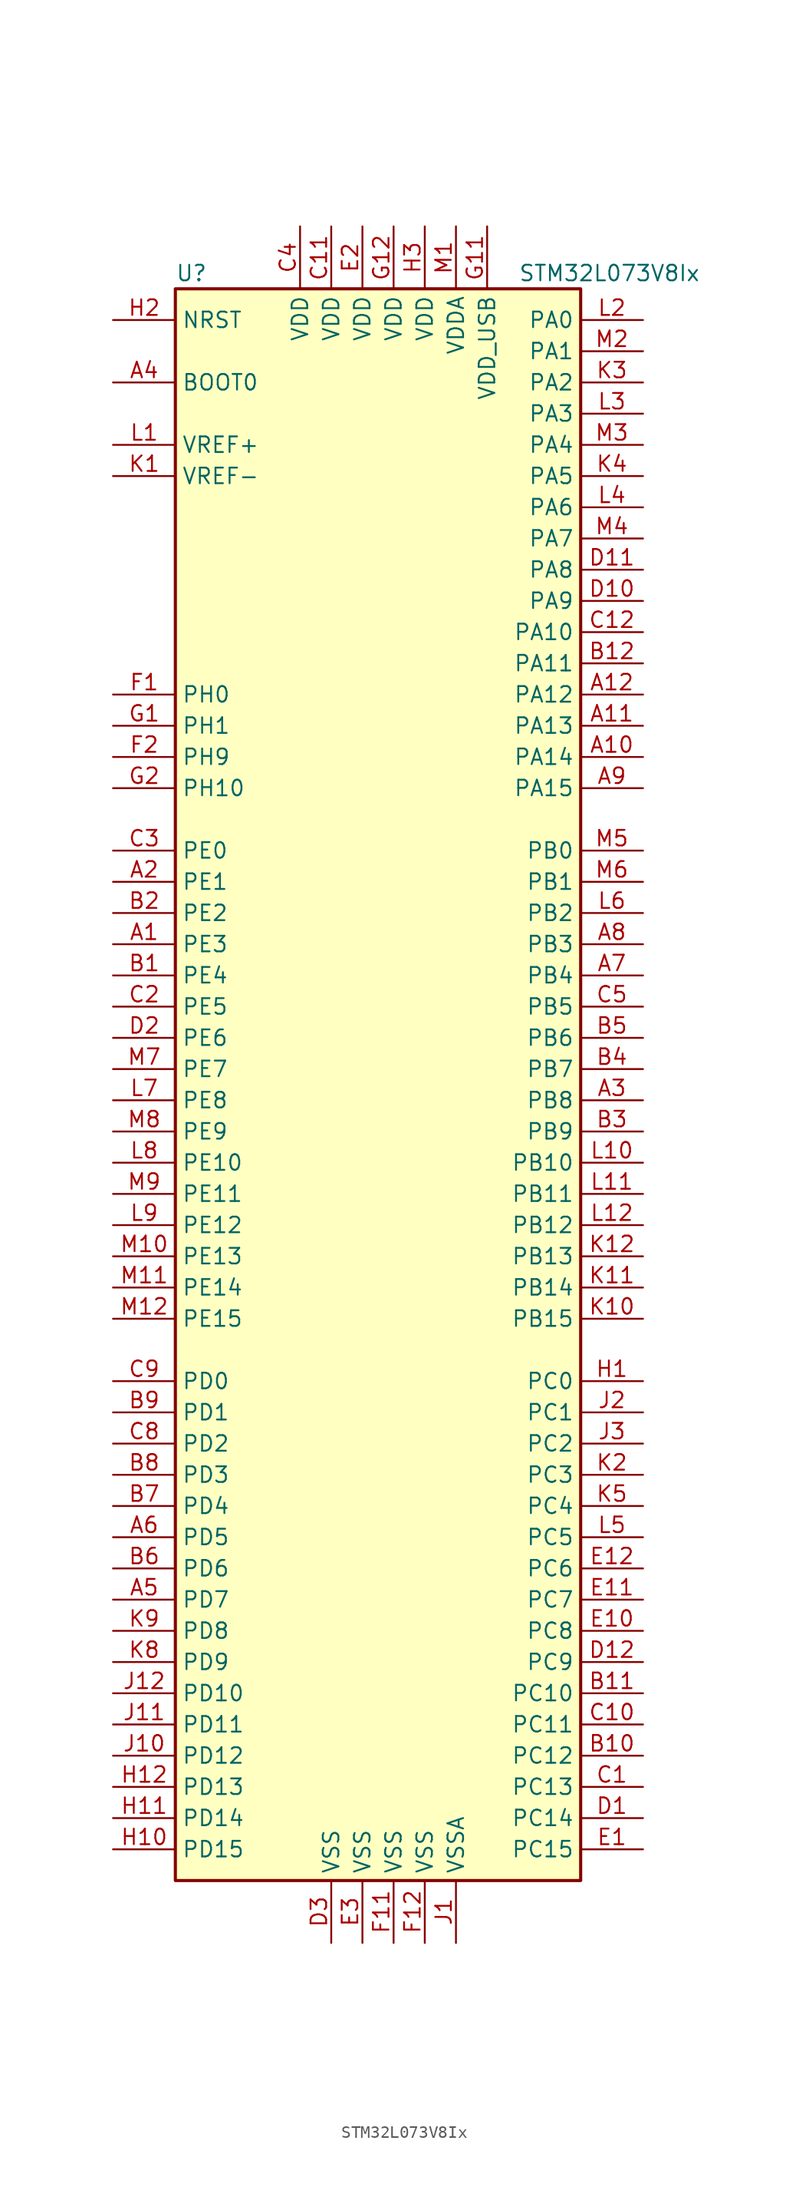
<source format=kicad_sym>
(kicad_symbol_lib
  (version 20201005)
  (generator kicad_symbol_editor)
  (symbol "MCU_ST_STM32L0:STM32L073V8Ix"
    (property "Reference" "U"
      (at -17.78 64.77 0)
      (effects (font (size 1.27 1.27)) (justify left)))
    (property "Value" "STM32L073V8Ix"
      (at 10.16 64.77 0)
      (effects (font (size 1.27 1.27)) (justify left)))
    (symbol "STM32L073V8Ix_0_1"
      (rectangle (start -17.78 -66.04) (end 15.24 63.5) (stroke (width 0.254)) (fill (type background))))
    (symbol "STM32L073V8Ix_1_1"
      (pin input line (at -22.86 55.88 0) (length 5.08) (name "BOOT0" (effects (font (size 1.27 1.27)))) (number "A4" (effects (font (size 1.27 1.27)))))
      (pin input line (at -22.86 60.96 0) (length 5.08) (name "NRST" (effects (font (size 1.27 1.27)))) (number "H2" (effects (font (size 1.27 1.27)))))
      (pin bidirectional line (at 20.32 60.96 180) (length 5.08) (name "PA0" (effects (font (size 1.27 1.27)))) (number "L2" (effects (font (size 1.27 1.27)))))
      (pin bidirectional line (at 20.32 58.42 180) (length 5.08) (name "PA1" (effects (font (size 1.27 1.27)))) (number "M2" (effects (font (size 1.27 1.27)))))
      (pin bidirectional line (at 20.32 35.56 180) (length 5.08) (name "PA10" (effects (font (size 1.27 1.27)))) (number "C12" (effects (font (size 1.27 1.27)))))
      (pin bidirectional line (at 20.32 33.02 180) (length 5.08) (name "PA11" (effects (font (size 1.27 1.27)))) (number "B12" (effects (font (size 1.27 1.27)))))
      (pin bidirectional line (at 20.32 30.48 180) (length 5.08) (name "PA12" (effects (font (size 1.27 1.27)))) (number "A12" (effects (font (size 1.27 1.27)))))
      (pin bidirectional line (at 20.32 27.94 180) (length 5.08) (name "PA13" (effects (font (size 1.27 1.27)))) (number "A11" (effects (font (size 1.27 1.27)))))
      (pin bidirectional line (at 20.32 25.4 180) (length 5.08) (name "PA14" (effects (font (size 1.27 1.27)))) (number "A10" (effects (font (size 1.27 1.27)))))
      (pin bidirectional line (at 20.32 22.86 180) (length 5.08) (name "PA15" (effects (font (size 1.27 1.27)))) (number "A9" (effects (font (size 1.27 1.27)))))
      (pin bidirectional line (at 20.32 55.88 180) (length 5.08) (name "PA2" (effects (font (size 1.27 1.27)))) (number "K3" (effects (font (size 1.27 1.27)))))
      (pin bidirectional line (at 20.32 53.34 180) (length 5.08) (name "PA3" (effects (font (size 1.27 1.27)))) (number "L3" (effects (font (size 1.27 1.27)))))
      (pin bidirectional line (at 20.32 50.8 180) (length 5.08) (name "PA4" (effects (font (size 1.27 1.27)))) (number "M3" (effects (font (size 1.27 1.27)))))
      (pin bidirectional line (at 20.32 48.26 180) (length 5.08) (name "PA5" (effects (font (size 1.27 1.27)))) (number "K4" (effects (font (size 1.27 1.27)))))
      (pin bidirectional line (at 20.32 45.72 180) (length 5.08) (name "PA6" (effects (font (size 1.27 1.27)))) (number "L4" (effects (font (size 1.27 1.27)))))
      (pin bidirectional line (at 20.32 43.18 180) (length 5.08) (name "PA7" (effects (font (size 1.27 1.27)))) (number "M4" (effects (font (size 1.27 1.27)))))
      (pin bidirectional line (at 20.32 40.64 180) (length 5.08) (name "PA8" (effects (font (size 1.27 1.27)))) (number "D11" (effects (font (size 1.27 1.27)))))
      (pin bidirectional line (at 20.32 38.1 180) (length 5.08) (name "PA9" (effects (font (size 1.27 1.27)))) (number "D10" (effects (font (size 1.27 1.27)))))
      (pin bidirectional line (at 20.32 17.78 180) (length 5.08) (name "PB0" (effects (font (size 1.27 1.27)))) (number "M5" (effects (font (size 1.27 1.27)))))
      (pin bidirectional line (at 20.32 15.24 180) (length 5.08) (name "PB1" (effects (font (size 1.27 1.27)))) (number "M6" (effects (font (size 1.27 1.27)))))
      (pin bidirectional line (at 20.32 -7.62 180) (length 5.08) (name "PB10" (effects (font (size 1.27 1.27)))) (number "L10" (effects (font (size 1.27 1.27)))))
      (pin bidirectional line (at 20.32 -10.16 180) (length 5.08) (name "PB11" (effects (font (size 1.27 1.27)))) (number "L11" (effects (font (size 1.27 1.27)))))
      (pin bidirectional line (at 20.32 -12.7 180) (length 5.08) (name "PB12" (effects (font (size 1.27 1.27)))) (number "L12" (effects (font (size 1.27 1.27)))))
      (pin bidirectional line (at 20.32 -15.24 180) (length 5.08) (name "PB13" (effects (font (size 1.27 1.27)))) (number "K12" (effects (font (size 1.27 1.27)))))
      (pin bidirectional line (at 20.32 -17.78 180) (length 5.08) (name "PB14" (effects (font (size 1.27 1.27)))) (number "K11" (effects (font (size 1.27 1.27)))))
      (pin bidirectional line (at 20.32 -20.32 180) (length 5.08) (name "PB15" (effects (font (size 1.27 1.27)))) (number "K10" (effects (font (size 1.27 1.27)))))
      (pin bidirectional line (at 20.32 12.7 180) (length 5.08) (name "PB2" (effects (font (size 1.27 1.27)))) (number "L6" (effects (font (size 1.27 1.27)))))
      (pin bidirectional line (at 20.32 10.16 180) (length 5.08) (name "PB3" (effects (font (size 1.27 1.27)))) (number "A8" (effects (font (size 1.27 1.27)))))
      (pin bidirectional line (at 20.32 7.62 180) (length 5.08) (name "PB4" (effects (font (size 1.27 1.27)))) (number "A7" (effects (font (size 1.27 1.27)))))
      (pin bidirectional line (at 20.32 5.08 180) (length 5.08) (name "PB5" (effects (font (size 1.27 1.27)))) (number "C5" (effects (font (size 1.27 1.27)))))
      (pin bidirectional line (at 20.32 2.54 180) (length 5.08) (name "PB6" (effects (font (size 1.27 1.27)))) (number "B5" (effects (font (size 1.27 1.27)))))
      (pin bidirectional line (at 20.32 0 180) (length 5.08) (name "PB7" (effects (font (size 1.27 1.27)))) (number "B4" (effects (font (size 1.27 1.27)))))
      (pin bidirectional line (at 20.32 -2.54 180) (length 5.08) (name "PB8" (effects (font (size 1.27 1.27)))) (number "A3" (effects (font (size 1.27 1.27)))))
      (pin bidirectional line (at 20.32 -5.08 180) (length 5.08) (name "PB9" (effects (font (size 1.27 1.27)))) (number "B3" (effects (font (size 1.27 1.27)))))
      (pin bidirectional line (at 20.32 -25.4 180) (length 5.08) (name "PC0" (effects (font (size 1.27 1.27)))) (number "H1" (effects (font (size 1.27 1.27)))))
      (pin bidirectional line (at 20.32 -27.94 180) (length 5.08) (name "PC1" (effects (font (size 1.27 1.27)))) (number "J2" (effects (font (size 1.27 1.27)))))
      (pin bidirectional line (at 20.32 -50.8 180) (length 5.08) (name "PC10" (effects (font (size 1.27 1.27)))) (number "B11" (effects (font (size 1.27 1.27)))))
      (pin bidirectional line (at 20.32 -53.34 180) (length 5.08) (name "PC11" (effects (font (size 1.27 1.27)))) (number "C10" (effects (font (size 1.27 1.27)))))
      (pin bidirectional line (at 20.32 -55.88 180) (length 5.08) (name "PC12" (effects (font (size 1.27 1.27)))) (number "B10" (effects (font (size 1.27 1.27)))))
      (pin bidirectional line (at 20.32 -58.42 180) (length 5.08) (name "PC13" (effects (font (size 1.27 1.27)))) (number "C1" (effects (font (size 1.27 1.27)))))
      (pin bidirectional line (at 20.32 -60.96 180) (length 5.08) (name "PC14" (effects (font (size 1.27 1.27)))) (number "D1" (effects (font (size 1.27 1.27)))))
      (pin bidirectional line (at 20.32 -63.5 180) (length 5.08) (name "PC15" (effects (font (size 1.27 1.27)))) (number "E1" (effects (font (size 1.27 1.27)))))
      (pin bidirectional line (at 20.32 -30.48 180) (length 5.08) (name "PC2" (effects (font (size 1.27 1.27)))) (number "J3" (effects (font (size 1.27 1.27)))))
      (pin bidirectional line (at 20.32 -33.02 180) (length 5.08) (name "PC3" (effects (font (size 1.27 1.27)))) (number "K2" (effects (font (size 1.27 1.27)))))
      (pin bidirectional line (at 20.32 -35.56 180) (length 5.08) (name "PC4" (effects (font (size 1.27 1.27)))) (number "K5" (effects (font (size 1.27 1.27)))))
      (pin bidirectional line (at 20.32 -38.1 180) (length 5.08) (name "PC5" (effects (font (size 1.27 1.27)))) (number "L5" (effects (font (size 1.27 1.27)))))
      (pin bidirectional line (at 20.32 -40.64 180) (length 5.08) (name "PC6" (effects (font (size 1.27 1.27)))) (number "E12" (effects (font (size 1.27 1.27)))))
      (pin bidirectional line (at 20.32 -43.18 180) (length 5.08) (name "PC7" (effects (font (size 1.27 1.27)))) (number "E11" (effects (font (size 1.27 1.27)))))
      (pin bidirectional line (at 20.32 -45.72 180) (length 5.08) (name "PC8" (effects (font (size 1.27 1.27)))) (number "E10" (effects (font (size 1.27 1.27)))))
      (pin bidirectional line (at 20.32 -48.26 180) (length 5.08) (name "PC9" (effects (font (size 1.27 1.27)))) (number "D12" (effects (font (size 1.27 1.27)))))
      (pin bidirectional line (at -22.86 -25.4 0) (length 5.08) (name "PD0" (effects (font (size 1.27 1.27)))) (number "C9" (effects (font (size 1.27 1.27)))))
      (pin bidirectional line (at -22.86 -27.94 0) (length 5.08) (name "PD1" (effects (font (size 1.27 1.27)))) (number "B9" (effects (font (size 1.27 1.27)))))
      (pin bidirectional line (at -22.86 -50.8 0) (length 5.08) (name "PD10" (effects (font (size 1.27 1.27)))) (number "J12" (effects (font (size 1.27 1.27)))))
      (pin bidirectional line (at -22.86 -53.34 0) (length 5.08) (name "PD11" (effects (font (size 1.27 1.27)))) (number "J11" (effects (font (size 1.27 1.27)))))
      (pin bidirectional line (at -22.86 -55.88 0) (length 5.08) (name "PD12" (effects (font (size 1.27 1.27)))) (number "J10" (effects (font (size 1.27 1.27)))))
      (pin bidirectional line (at -22.86 -58.42 0) (length 5.08) (name "PD13" (effects (font (size 1.27 1.27)))) (number "H12" (effects (font (size 1.27 1.27)))))
      (pin bidirectional line (at -22.86 -60.96 0) (length 5.08) (name "PD14" (effects (font (size 1.27 1.27)))) (number "H11" (effects (font (size 1.27 1.27)))))
      (pin bidirectional line (at -22.86 -63.5 0) (length 5.08) (name "PD15" (effects (font (size 1.27 1.27)))) (number "H10" (effects (font (size 1.27 1.27)))))
      (pin bidirectional line (at -22.86 -30.48 0) (length 5.08) (name "PD2" (effects (font (size 1.27 1.27)))) (number "C8" (effects (font (size 1.27 1.27)))))
      (pin bidirectional line (at -22.86 -33.02 0) (length 5.08) (name "PD3" (effects (font (size 1.27 1.27)))) (number "B8" (effects (font (size 1.27 1.27)))))
      (pin bidirectional line (at -22.86 -35.56 0) (length 5.08) (name "PD4" (effects (font (size 1.27 1.27)))) (number "B7" (effects (font (size 1.27 1.27)))))
      (pin bidirectional line (at -22.86 -38.1 0) (length 5.08) (name "PD5" (effects (font (size 1.27 1.27)))) (number "A6" (effects (font (size 1.27 1.27)))))
      (pin bidirectional line (at -22.86 -40.64 0) (length 5.08) (name "PD6" (effects (font (size 1.27 1.27)))) (number "B6" (effects (font (size 1.27 1.27)))))
      (pin bidirectional line (at -22.86 -43.18 0) (length 5.08) (name "PD7" (effects (font (size 1.27 1.27)))) (number "A5" (effects (font (size 1.27 1.27)))))
      (pin bidirectional line (at -22.86 -45.72 0) (length 5.08) (name "PD8" (effects (font (size 1.27 1.27)))) (number "K9" (effects (font (size 1.27 1.27)))))
      (pin bidirectional line (at -22.86 -48.26 0) (length 5.08) (name "PD9" (effects (font (size 1.27 1.27)))) (number "K8" (effects (font (size 1.27 1.27)))))
      (pin bidirectional line (at -22.86 17.78 0) (length 5.08) (name "PE0" (effects (font (size 1.27 1.27)))) (number "C3" (effects (font (size 1.27 1.27)))))
      (pin bidirectional line (at -22.86 15.24 0) (length 5.08) (name "PE1" (effects (font (size 1.27 1.27)))) (number "A2" (effects (font (size 1.27 1.27)))))
      (pin bidirectional line (at -22.86 -7.62 0) (length 5.08) (name "PE10" (effects (font (size 1.27 1.27)))) (number "L8" (effects (font (size 1.27 1.27)))))
      (pin bidirectional line (at -22.86 -10.16 0) (length 5.08) (name "PE11" (effects (font (size 1.27 1.27)))) (number "M9" (effects (font (size 1.27 1.27)))))
      (pin bidirectional line (at -22.86 -12.7 0) (length 5.08) (name "PE12" (effects (font (size 1.27 1.27)))) (number "L9" (effects (font (size 1.27 1.27)))))
      (pin bidirectional line (at -22.86 -15.24 0) (length 5.08) (name "PE13" (effects (font (size 1.27 1.27)))) (number "M10" (effects (font (size 1.27 1.27)))))
      (pin bidirectional line (at -22.86 -17.78 0) (length 5.08) (name "PE14" (effects (font (size 1.27 1.27)))) (number "M11" (effects (font (size 1.27 1.27)))))
      (pin bidirectional line (at -22.86 -20.32 0) (length 5.08) (name "PE15" (effects (font (size 1.27 1.27)))) (number "M12" (effects (font (size 1.27 1.27)))))
      (pin bidirectional line (at -22.86 12.7 0) (length 5.08) (name "PE2" (effects (font (size 1.27 1.27)))) (number "B2" (effects (font (size 1.27 1.27)))))
      (pin bidirectional line (at -22.86 10.16 0) (length 5.08) (name "PE3" (effects (font (size 1.27 1.27)))) (number "A1" (effects (font (size 1.27 1.27)))))
      (pin bidirectional line (at -22.86 7.62 0) (length 5.08) (name "PE4" (effects (font (size 1.27 1.27)))) (number "B1" (effects (font (size 1.27 1.27)))))
      (pin bidirectional line (at -22.86 5.08 0) (length 5.08) (name "PE5" (effects (font (size 1.27 1.27)))) (number "C2" (effects (font (size 1.27 1.27)))))
      (pin bidirectional line (at -22.86 2.54 0) (length 5.08) (name "PE6" (effects (font (size 1.27 1.27)))) (number "D2" (effects (font (size 1.27 1.27)))))
      (pin bidirectional line (at -22.86 0 0) (length 5.08) (name "PE7" (effects (font (size 1.27 1.27)))) (number "M7" (effects (font (size 1.27 1.27)))))
      (pin bidirectional line (at -22.86 -2.54 0) (length 5.08) (name "PE8" (effects (font (size 1.27 1.27)))) (number "L7" (effects (font (size 1.27 1.27)))))
      (pin bidirectional line (at -22.86 -5.08 0) (length 5.08) (name "PE9" (effects (font (size 1.27 1.27)))) (number "M8" (effects (font (size 1.27 1.27)))))
      (pin input line (at -22.86 30.48 0) (length 5.08) (name "PH0" (effects (font (size 1.27 1.27)))) (number "F1" (effects (font (size 1.27 1.27)))))
      (pin input line (at -22.86 27.94 0) (length 5.08) (name "PH1" (effects (font (size 1.27 1.27)))) (number "G1" (effects (font (size 1.27 1.27)))))
      (pin bidirectional line (at -22.86 22.86 0) (length 5.08) (name "PH10" (effects (font (size 1.27 1.27)))) (number "G2" (effects (font (size 1.27 1.27)))))
      (pin bidirectional line (at -22.86 25.4 0) (length 5.08) (name "PH9" (effects (font (size 1.27 1.27)))) (number "F2" (effects (font (size 1.27 1.27)))))
      (pin power_in line (at -5.08 68.58 270) (length 5.08) (name "VDD" (effects (font (size 1.27 1.27)))) (number "C11" (effects (font (size 1.27 1.27)))))
      (pin power_in line (at -7.62 68.58 270) (length 5.08) (name "VDD" (effects (font (size 1.27 1.27)))) (number "C4" (effects (font (size 1.27 1.27)))))
      (pin power_in line (at -2.54 68.58 270) (length 5.08) (name "VDD" (effects (font (size 1.27 1.27)))) (number "E2" (effects (font (size 1.27 1.27)))))
      (pin power_in line (at 0 68.58 270) (length 5.08) (name "VDD" (effects (font (size 1.27 1.27)))) (number "G12" (effects (font (size 1.27 1.27)))))
      (pin power_in line (at 2.54 68.58 270) (length 5.08) (name "VDD" (effects (font (size 1.27 1.27)))) (number "H3" (effects (font (size 1.27 1.27)))))
      (pin power_in line (at 5.08 68.58 270) (length 5.08) (name "VDDA" (effects (font (size 1.27 1.27)))) (number "M1" (effects (font (size 1.27 1.27)))))
      (pin power_in line (at 7.62 68.58 270) (length 5.08) (name "VDD_USB" (effects (font (size 1.27 1.27)))) (number "G11" (effects (font (size 1.27 1.27)))))
      (pin power_in line (at -22.86 50.8 0) (length 5.08) (name "VREF+" (effects (font (size 1.27 1.27)))) (number "L1" (effects (font (size 1.27 1.27)))))
      (pin power_in line (at -22.86 48.26 0) (length 5.08) (name "VREF-" (effects (font (size 1.27 1.27)))) (number "K1" (effects (font (size 1.27 1.27)))))
      (pin power_in line (at -5.08 -71.12 90) (length 5.08) (name "VSS" (effects (font (size 1.27 1.27)))) (number "D3" (effects (font (size 1.27 1.27)))))
      (pin power_in line (at -2.54 -71.12 90) (length 5.08) (name "VSS" (effects (font (size 1.27 1.27)))) (number "E3" (effects (font (size 1.27 1.27)))))
      (pin power_in line (at 0 -71.12 90) (length 5.08) (name "VSS" (effects (font (size 1.27 1.27)))) (number "F11" (effects (font (size 1.27 1.27)))))
      (pin power_in line (at 2.54 -71.12 90) (length 5.08) (name "VSS" (effects (font (size 1.27 1.27)))) (number "F12" (effects (font (size 1.27 1.27)))))
      (pin power_in line (at 5.08 -71.12 90) (length 5.08) (name "VSSA" (effects (font (size 1.27 1.27)))) (number "J1" (effects (font (size 1.27 1.27))))))))
</source>
